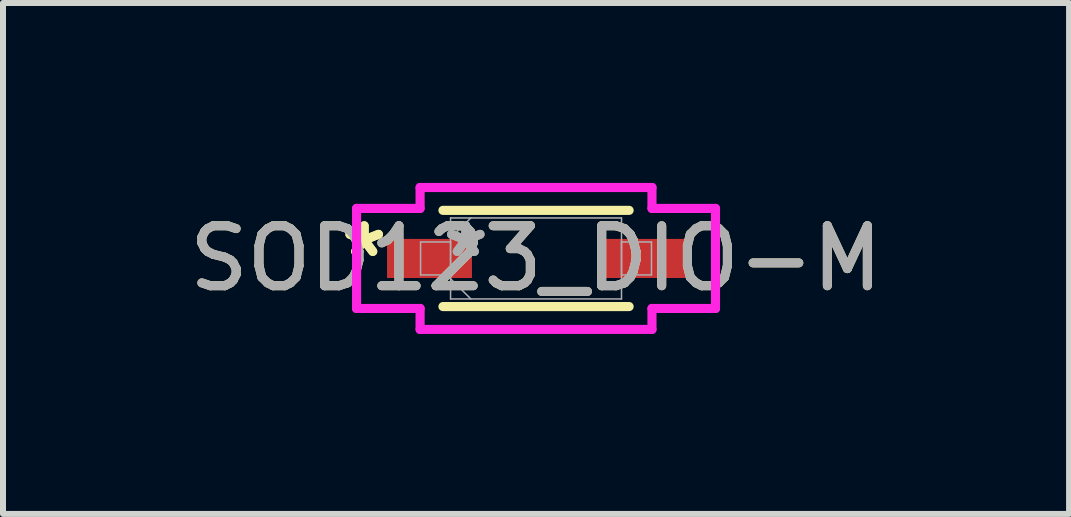
<source format=kicad_pcb>
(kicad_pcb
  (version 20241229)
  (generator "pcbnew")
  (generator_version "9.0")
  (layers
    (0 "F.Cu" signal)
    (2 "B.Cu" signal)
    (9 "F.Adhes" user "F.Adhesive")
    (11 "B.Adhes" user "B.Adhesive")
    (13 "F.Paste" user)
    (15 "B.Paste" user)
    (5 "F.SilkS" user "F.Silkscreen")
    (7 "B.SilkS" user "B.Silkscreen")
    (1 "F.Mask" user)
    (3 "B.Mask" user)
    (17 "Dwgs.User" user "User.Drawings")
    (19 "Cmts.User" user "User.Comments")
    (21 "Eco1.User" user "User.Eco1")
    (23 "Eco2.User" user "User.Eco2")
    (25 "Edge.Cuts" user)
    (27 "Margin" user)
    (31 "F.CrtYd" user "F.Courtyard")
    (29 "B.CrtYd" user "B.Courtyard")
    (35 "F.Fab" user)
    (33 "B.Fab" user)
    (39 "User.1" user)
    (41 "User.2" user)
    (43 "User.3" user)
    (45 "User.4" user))
  (footprint "SOD123_DIO-M"
    (layer "F.Cu")
    (at 5.887 1.259)
    (property "Reference" "SOD123_DIO-M" (at 0 0 0) (unlocked yes) (layer "F.SilkS") (effects (font (size 1 1) (thickness 0.15))))
    (attr smd)
    (fp_line (start -1.552 0.802) (end 1.552 0.802) (stroke (width 0.152) (type solid)) (layer "F.SilkS"))
    (fp_line (start 1.552 -0.802) (end -1.552 -0.802) (stroke (width 0.152) (type solid)) (layer "F.SilkS"))
    (fp_line (start -2.992 -0.834) (end -1.933 -0.834) (stroke (width 0.152) (type solid)) (layer "F.CrtYd"))
    (fp_line (start -2.992 0.834) (end -2.992 -0.834) (stroke (width 0.152) (type solid)) (layer "F.CrtYd"))
    (fp_line (start -1.933 -1.183) (end 1.933 -1.183) (stroke (width 0.152) (type solid)) (layer "F.CrtYd"))
    (fp_line (start -1.933 -0.834) (end -1.933 -1.183) (stroke (width 0.152) (type solid)) (layer "F.CrtYd"))
    (fp_line (start -1.933 0.834) (end -2.992 0.834) (stroke (width 0.152) (type solid)) (layer "F.CrtYd"))
    (fp_line (start -1.933 1.183) (end -1.933 0.834) (stroke (width 0.152) (type solid)) (layer "F.CrtYd"))
    (fp_line (start 1.933 -1.183) (end 1.933 -0.834) (stroke (width 0.152) (type solid)) (layer "F.CrtYd"))
    (fp_line (start 1.933 -0.834) (end 2.992 -0.834) (stroke (width 0.152) (type solid)) (layer "F.CrtYd"))
    (fp_line (start 1.933 0.834) (end 1.933 1.183) (stroke (width 0.152) (type solid)) (layer "F.CrtYd"))
    (fp_line (start 1.933 1.183) (end -1.933 1.183) (stroke (width 0.152) (type solid)) (layer "F.CrtYd"))
    (fp_line (start 2.992 -0.834) (end 2.992 0.834) (stroke (width 0.152) (type solid)) (layer "F.CrtYd"))
    (fp_line (start 2.992 0.834) (end 1.933 0.834) (stroke (width 0.152) (type solid)) (layer "F.CrtYd"))
    (fp_line (start -1.925 -0.275) (end -1.925 0.275) (stroke (width 0.025) (type solid)) (layer "F.Fab"))
    (fp_line (start -1.925 0.275) (end -1.425 0.275) (stroke (width 0.025) (type solid)) (layer "F.Fab"))
    (fp_line (start -1.425 -0.675) (end -1.425 0.675) (stroke (width 0.025) (type solid)) (layer "F.Fab"))
    (fp_line (start -1.425 -0.338) (end -1.087 -0.675) (stroke (width 0.025) (type solid)) (layer "F.Fab"))
    (fp_line (start -1.425 -0.275) (end -1.925 -0.275) (stroke (width 0.025) (type solid)) (layer "F.Fab"))
    (fp_line (start -1.425 0.275) (end -1.425 -0.275) (stroke (width 0.025) (type solid)) (layer "F.Fab"))
    (fp_line (start -1.425 0.338) (end -1.087 0.675) (stroke (width 0.025) (type solid)) (layer "F.Fab"))
    (fp_line (start -1.425 0.675) (end 1.425 0.675) (stroke (width 0.025) (type solid)) (layer "F.Fab"))
    (fp_line (start 1.425 -0.675) (end -1.425 -0.675) (stroke (width 0.025) (type solid)) (layer "F.Fab"))
    (fp_line (start 1.425 -0.275) (end 1.425 0.275) (stroke (width 0.025) (type solid)) (layer "F.Fab"))
    (fp_line (start 1.425 0.275) (end 1.925 0.275) (stroke (width 0.025) (type solid)) (layer "F.Fab"))
    (fp_line (start 1.425 0.675) (end 1.425 -0.675) (stroke (width 0.025) (type solid)) (layer "F.Fab"))
    (fp_line (start 1.925 -0.275) (end 1.425 -0.275) (stroke (width 0.025) (type solid)) (layer "F.Fab"))
    (fp_line (start 1.925 0.275) (end 1.925 -0.275) (stroke (width 0.025) (type solid)) (layer "F.Fab"))
    (fp_text user "*" (at -2.865 0 0) (layer "F.SilkS") (effects (font (size 1 1) (thickness 0.15))))
    (fp_text user "*" (at -2.865 0 0) (unlocked yes) (layer "F.SilkS") (effects (font (size 1 1) (thickness 0.15))))
    (fp_text user "*" (at -1.171 0 0) (layer "F.Fab") (effects (font (size 1 1) (thickness 0.15))))
    (fp_text user "${REFERENCE}" (at 0 0 0) (unlocked yes) (layer "F.Fab") (effects (font (size 1 1) (thickness 0.15))))
    (fp_text user "*" (at -1.171 0 0) (unlocked yes) (layer "F.Fab") (effects (font (size 1 1) (thickness 0.15))))
    (pad "1" smd rect (at -1.776 0) (size 1.416 0.652) (layers "F.Cu" "F.Mask" "F.Paste"))
    (pad "2" smd rect (at 1.776 0) (size 1.416 0.652) (layers "F.Cu" "F.Mask" "F.Paste")))
  (gr_rect
    (start -3 -3)
    (end 14.774 5.518)
    (stroke (width 0.1) (type default))
    (fill no)
    (layer "Edge.Cuts")))
</source>
